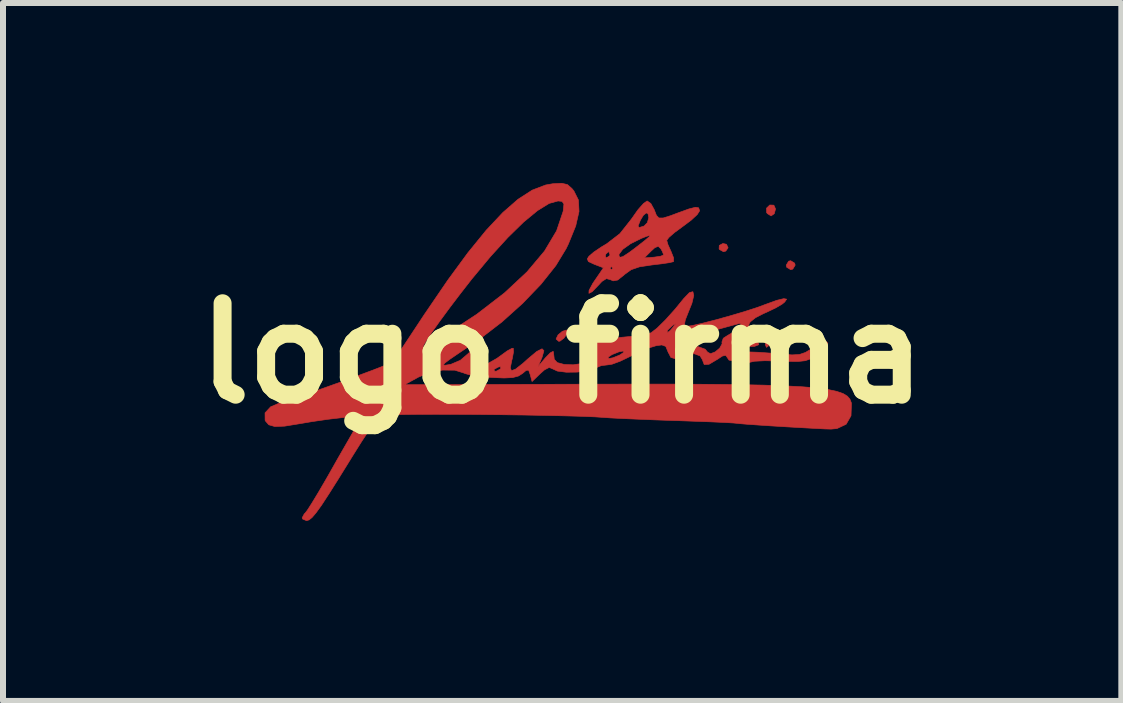
<source format=kicad_pcb>
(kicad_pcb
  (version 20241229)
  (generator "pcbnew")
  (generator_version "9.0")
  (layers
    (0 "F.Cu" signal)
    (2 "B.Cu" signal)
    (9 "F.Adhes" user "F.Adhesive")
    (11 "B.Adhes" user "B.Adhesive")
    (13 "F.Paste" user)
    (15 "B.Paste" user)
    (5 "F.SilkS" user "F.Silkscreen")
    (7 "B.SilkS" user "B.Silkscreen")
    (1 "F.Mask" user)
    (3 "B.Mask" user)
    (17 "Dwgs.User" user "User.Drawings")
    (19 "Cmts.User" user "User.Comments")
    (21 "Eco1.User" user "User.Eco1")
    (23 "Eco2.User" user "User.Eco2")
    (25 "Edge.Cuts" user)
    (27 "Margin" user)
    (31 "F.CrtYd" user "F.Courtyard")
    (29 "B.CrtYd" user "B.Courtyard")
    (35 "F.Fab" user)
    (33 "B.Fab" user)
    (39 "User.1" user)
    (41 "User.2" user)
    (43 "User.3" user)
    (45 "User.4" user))
  (footprint "logo firma"
    (layer "F.Cu")
    (at 6.321 2.84)
    (property "Reference" "logo firma" (at 0 0 0) (layer "F.SilkS") (effects (font (size 1.524 1.524) (thickness 0.3))))
    (attr through_hole)
    (fp_poly (pts (xy 2.739 -1.818) (xy 2.766 -1.76) (xy 2.728 -1.705) (xy 2.689 -1.694) (xy 2.624 -1.73) (xy 2.616 -1.74) (xy 2.619 -1.799) (xy 2.679 -1.831) (xy 2.739 -1.818)) (stroke (width 0.01) (type solid)) (fill yes) (layer "F.Cu"))
    (fp_poly (pts (xy 3.529 -2.47) (xy 3.557 -2.407) (xy 3.536 -2.328) (xy 3.483 -2.291) (xy 3.422 -2.328) (xy 3.408 -2.346) (xy 3.406 -2.42) (xy 3.461 -2.473) (xy 3.529 -2.47)) (stroke (width 0.01) (type solid)) (fill yes) (layer "F.Cu"))
    (fp_poly (pts (xy 3.875 -1.504) (xy 3.884 -1.47) (xy 3.844 -1.404) (xy 3.809 -1.395) (xy 3.743 -1.435) (xy 3.735 -1.47) (xy 3.775 -1.536) (xy 3.809 -1.544) (xy 3.875 -1.504)) (stroke (width 0.01) (type solid)) (fill yes) (layer "F.Cu"))
    (fp_poly (pts (xy 3.52 -0.236) (xy 3.492 -0.182) (xy 3.486 -0.175) (xy 3.426 -0.113) (xy 3.405 -0.1) (xy 3.388 -0.141) (xy 3.386 -0.175) (xy 3.426 -0.239) (xy 3.467 -0.249) (xy 3.52 -0.236)) (stroke (width 0.01) (type solid)) (fill yes) (layer "F.Cu"))
    (fp_poly (pts (xy 0.082 -0.382) (xy 0.08 -0.327) (xy 0.03 -0.253) (xy -0.036 -0.204) (xy -0.057 -0.2) (xy -0.1 -0.237) (xy -0.1 -0.243) (xy -0.068 -0.308) (xy 0.003 -0.367) (xy 0.069 -0.389) (xy 0.082 -0.382)) (stroke (width 0.01) (type solid)) (fill yes) (layer "F.Cu"))
    (fp_poly (pts (xy 1.478 -2.498) (xy 1.534 -2.396) (xy 1.536 -2.391) (xy 1.571 -2.301) (xy 1.612 -2.257) (xy 1.683 -2.256) (xy 1.808 -2.295) (xy 1.93 -2.341) (xy 2.112 -2.407) (xy 2.222 -2.435) (xy 2.275 -2.426) (xy 2.29 -2.381) (xy 2.29 -2.374) (xy 2.252 -2.314) (xy 2.152 -2.221) (xy 2.016 -2.119) (xy 1.877 -2.017) (xy 1.779 -1.932) (xy 1.743 -1.884) (xy 1.764 -1.811) (xy 1.815 -1.699) (xy 1.817 -1.694) (xy 1.858 -1.59) (xy 1.857 -1.53) (xy 1.854 -1.528) (xy 1.789 -1.512) (xy 1.654 -1.492) (xy 1.493 -1.473) (xy 1.289 -1.442) (xy 1.149 -1.394) (xy 1.04 -1.315) (xy 1.031 -1.306) (xy 0.926 -1.222) (xy 0.849 -1.208) (xy 0.809 -1.226) (xy 0.738 -1.246) (xy 0.662 -1.198) (xy 0.607 -1.138) (xy 0.501 -1.028) (xy 0.446 -1) (xy 0.448 -1.049) (xy 0.511 -1.167) (xy 0.541 -1.211) (xy 0.684 -1.42) (xy 0.796 -1.42) (xy 0.821 -1.395) (xy 0.846 -1.42) (xy 0.821 -1.445) (xy 0.796 -1.42) (xy 0.684 -1.42) (xy 0.688 -1.426) (xy 0.536 -1.484) (xy 0.437 -1.53) (xy 0.419 -1.575) (xy 0.429 -1.591) (xy 1.369 -1.591) (xy 1.531 -1.603) (xy 1.641 -1.619) (xy 1.692 -1.64) (xy 1.692 -1.642) (xy 1.668 -1.702) (xy 1.644 -1.744) (xy 1.601 -1.785) (xy 1.543 -1.76) (xy 1.483 -1.705) (xy 1.369 -1.591) (xy 0.429 -1.591) (xy 0.447 -1.619) (xy 0.477 -1.644) (xy 0.722 -1.644) (xy 0.725 -1.598) (xy 0.743 -1.594) (xy 0.794 -1.63) (xy 0.795 -1.636) (xy 0.946 -1.636) (xy 0.96 -1.6) (xy 1.013 -1.613) (xy 1.118 -1.682) (xy 1.212 -1.752) (xy 1.369 -1.874) (xy 1.451 -1.943) (xy 1.463 -1.966) (xy 1.408 -1.951) (xy 1.319 -1.916) (xy 1.14 -1.827) (xy 1.009 -1.733) (xy 0.948 -1.651) (xy 0.946 -1.636) (xy 0.795 -1.636) (xy 0.796 -1.644) (xy 0.779 -1.692) (xy 0.774 -1.694) (xy 0.732 -1.659) (xy 0.722 -1.644) (xy 0.477 -1.644) (xy 0.526 -1.687) (xy 0.658 -1.776) (xy 0.742 -1.826) (xy 0.962 -1.995) (xy 1.062 -2.121) (xy 1.265 -2.121) (xy 1.284 -2.097) (xy 1.365 -2.122) (xy 1.419 -2.177) (xy 1.444 -2.26) (xy 1.431 -2.327) (xy 1.402 -2.341) (xy 1.353 -2.301) (xy 1.303 -2.217) (xy 1.265 -2.121) (xy 1.062 -2.121) (xy 1.161 -2.247) (xy 1.161 -2.248) (xy 1.264 -2.394) (xy 1.356 -2.498) (xy 1.416 -2.54) (xy 1.417 -2.54) (xy 1.478 -2.498)) (stroke (width 0.01) (type solid)) (fill yes) (layer "F.Cu"))
    (fp_poly (pts (xy 0.088 -2.813) (xy 0.164 -2.746) (xy 0.195 -2.708) (xy 0.271 -2.556) (xy 0.281 -2.365) (xy 0.226 -2.124) (xy 0.104 -1.824) (xy 0.067 -1.747) (xy -0.106 -1.462) (xy -0.353 -1.152) (xy -0.658 -0.834) (xy -1.003 -0.524) (xy -1.372 -0.24) (xy -1.495 -0.156) (xy -1.72 -0.005) (xy -1.871 0.098) (xy -1.955 0.161) (xy -1.98 0.192) (xy -1.956 0.199) (xy -1.89 0.189) (xy -1.853 0.182) (xy -1.698 0.116) (xy -1.562 0.000286) (xy -1.562 -0.000438) (xy -1.47 -0.000438) (xy -1.466 0.045) (xy -1.448 0.049) (xy -1.397 0.013) (xy -1.395 -0.000438) (xy -1.412 -0.049) (xy -1.417 -0.05) (xy -1.46 -0.015) (xy -1.47 -0.000438) (xy -1.562 -0.000438) (xy -1.456 -0.096) (xy -1.351 -0.145) (xy -1.273 -0.14) (xy -1.246 -0.085) (xy -1.288 0.028) (xy -1.397 0.145) (xy -1.47 0.196) (xy -1.523 0.233) (xy -1.498 0.241) (xy -1.396 0.226) (xy -1.25 0.176) (xy -1.088 0.084) (xy -1.031 0.043) (xy -0.917 -0.04) (xy -0.836 -0.084) (xy -0.815 -0.085) (xy -0.811 -0.025) (xy -0.832 0.09) (xy -0.84 0.119) (xy -0.864 0.24) (xy -0.846 0.289) (xy -0.778 0.264) (xy -0.654 0.167) (xy -0.571 0.092) (xy -0.424 -0.031) (xy -0.335 -0.076) (xy -0.304 -0.044) (xy -0.335 0.065) (xy -0.344 0.087) (xy -0.404 0.224) (xy -0.279 0.074) (xy -0.199 -0.008) (xy -0.151 -0.033) (xy -0.146 -0.025) (xy -0.135 0.068) (xy -0.132 0.099) (xy -0.082 0.154) (xy 0.033 0.185) (xy 0.184 0.191) (xy 0.338 0.168) (xy 0.404 0.146) (xy 0.505 0.089) (xy 0.505 0.089) (xy 0.766 0.089) (xy 0.846 0.074) (xy 0.96 0.028) (xy 1.02 -0.012) (xy 1.026 -0.04) (xy 0.946 -0.025) (xy 0.831 0.021) (xy 0.771 0.061) (xy 0.766 0.089) (xy 0.505 0.089) (xy 0.549 0.034) (xy 0.522 0.002) (xy 0.497 -0.000438) (xy 0.452 -0.04) (xy 0.448 -0.067) (xy 0.495 -0.145) (xy 0.629 -0.208) (xy 0.838 -0.253) (xy 1.05 -0.273) (xy 1.237 -0.29) (xy 1.394 -0.316) (xy 1.481 -0.342) (xy 1.533 -0.382) (xy 1.752 -0.382) (xy 1.753 -0.35) (xy 1.761 -0.349) (xy 1.803 -0.383) (xy 1.848 -0.436) (xy 1.892 -0.495) (xy 1.866 -0.483) (xy 1.83 -0.455) (xy 1.752 -0.382) (xy 1.533 -0.382) (xy 1.581 -0.419) (xy 1.721 -0.557) (xy 1.882 -0.736) (xy 2.027 -0.914) (xy 2.122 -1.013) (xy 2.179 -1.028) (xy 2.194 -0.966) (xy 2.163 -0.835) (xy 2.117 -0.721) (xy 2.053 -0.559) (xy 2.037 -0.473) (xy 2.063 -0.449) (xy 2.166 -0.463) (xy 2.339 -0.502) (xy 2.559 -0.558) (xy 2.799 -0.625) (xy 3.036 -0.695) (xy 3.246 -0.763) (xy 3.39 -0.816) (xy 3.575 -0.883) (xy 3.694 -0.912) (xy 3.742 -0.903) (xy 3.709 -0.855) (xy 3.666 -0.82) (xy 3.562 -0.759) (xy 3.414 -0.688) (xy 3.357 -0.663) (xy 3.224 -0.595) (xy 3.136 -0.525) (xy 3.12 -0.499) (xy 3.081 -0.384) (xy 3.065 -0.343) (xy 3.067 -0.274) (xy 3.155 -0.231) (xy 3.159 -0.23) (xy 3.264 -0.187) (xy 3.278 -0.144) (xy 3.207 -0.116) (xy 3.105 -0.114) (xy 2.982 -0.109) (xy 2.911 -0.082) (xy 2.906 -0.075) (xy 2.939 -0.044) (xy 3.044 -0.026) (xy 3.1 -0.024) (xy 3.266 -0.018) (xy 3.478 -0.003) (xy 3.644 0.011) (xy 3.831 0.026) (xy 3.956 0.019) (xy 4.056 -0.015) (xy 4.157 -0.077) (xy 4.278 -0.153) (xy 4.37 -0.196) (xy 4.388 -0.2) (xy 4.428 -0.174) (xy 4.398 -0.108) (xy 4.308 -0.019) (xy 4.233 0.037) (xy 4.143 0.091) (xy 4.051 0.123) (xy 3.93 0.136) (xy 3.753 0.134) (xy 3.615 0.128) (xy 3.379 0.123) (xy 3.204 0.132) (xy 3.107 0.154) (xy 3.1 0.159) (xy 3.017 0.181) (xy 2.965 0.151) (xy 2.88 0.115) (xy 2.84 0.123) (xy 2.781 0.113) (xy 2.758 0.078) (xy 2.727 0.033) (xy 2.671 0.045) (xy 2.589 0.099) (xy 2.449 0.182) (xy 2.368 0.187) (xy 2.34 0.115) (xy 2.34 0.11) (xy 2.299 0.043) (xy 2.207 0.008) (xy 2.111 0.015) (xy 2.066 0.05) (xy 1.997 0.088) (xy 1.915 0.099) (xy 1.812 0.068) (xy 1.767 -0.02) (xy 1.895 -0.02) (xy 1.92 -0.011) (xy 2 -0.06) (xy 2.131 -0.109) (xy 2.271 -0.11) (xy 2.384 -0.069) (xy 2.424 -0.02) (xy 2.473 0.006) (xy 2.551 -0.024) (xy 2.626 -0.087) (xy 2.666 -0.159) (xy 2.663 -0.189) (xy 2.686 -0.252) (xy 2.754 -0.296) (xy 2.877 -0.368) (xy 2.94 -0.427) (xy 2.985 -0.491) (xy 2.955 -0.498) (xy 2.913 -0.487) (xy 2.821 -0.462) (xy 2.661 -0.418) (xy 2.464 -0.365) (xy 2.39 -0.345) (xy 2.201 -0.294) (xy 2.054 -0.254) (xy 1.971 -0.231) (xy 1.96 -0.228) (xy 1.943 -0.184) (xy 1.916 -0.102) (xy 1.895 -0.02) (xy 1.767 -0.02) (xy 1.762 -0.03) (xy 1.727 -0.116) (xy 1.662 -0.14) (xy 1.569 -0.128) (xy 1.438 -0.088) (xy 1.264 -0.015) (xy 1.128 0.054) (xy 0.968 0.131) (xy 0.832 0.181) (xy 0.76 0.192) (xy 0.652 0.205) (xy 0.547 0.248) (xy 0.42 0.291) (xy 0.249 0.313) (xy 0.071 0.315) (xy -0.079 0.296) (xy -0.159 0.259) (xy -0.216 0.235) (xy -0.294 0.275) (xy -0.361 0.334) (xy -0.502 0.47) (xy -0.532 0.357) (xy -0.559 0.28) (xy -0.6 0.284) (xy -0.658 0.333) (xy -0.728 0.378) (xy -0.825 0.404) (xy -0.969 0.411) (xy -1.18 0.402) (xy -1.37 0.387) (xy -1.515 0.366) (xy -1.622 0.336) (xy -1.636 0.329) (xy -1.789 0.281) (xy -1.993 0.279) (xy -2.212 0.321) (xy -2.395 0.396) (xy -2.627 0.523) (xy 0.392 0.514) (xy 1.159 0.513) (xy 1.833 0.513) (xy 2.42 0.516) (xy 2.925 0.521) (xy 3.354 0.53) (xy 3.714 0.542) (xy 4.011 0.558) (xy 4.25 0.578) (xy 4.438 0.604) (xy 4.58 0.635) (xy 4.684 0.671) (xy 4.754 0.714) (xy 4.797 0.764) (xy 4.819 0.821) (xy 4.822 0.839) (xy 4.815 1.041) (xy 4.734 1.182) (xy 4.581 1.254) (xy 4.482 1.263) (xy 4.378 1.26) (xy 4.205 1.251) (xy 3.985 1.239) (xy 3.74 1.225) (xy 3.493 1.21) (xy 3.266 1.195) (xy 3.081 1.182) (xy 2.96 1.172) (xy 2.927 1.168) (xy 2.853 1.161) (xy 2.695 1.152) (xy 2.473 1.142) (xy 2.201 1.132) (xy 1.898 1.121) (xy 1.882 1.121) (xy 1.565 1.11) (xy 1.268 1.098) (xy 1.011 1.087) (xy 0.813 1.077) (xy 0.697 1.069) (xy 0.549 1.059) (xy 0.327 1.05) (xy 0.045 1.042) (xy -0.284 1.035) (xy -0.644 1.028) (xy -1.021 1.023) (xy -1.4 1.019) (xy -1.768 1.017) (xy -2.11 1.016) (xy -2.411 1.017) (xy -2.658 1.02) (xy -2.835 1.025) (xy -2.928 1.032) (xy -2.932 1.033) (xy -3 1.056) (xy -3.065 1.098) (xy -3.137 1.173) (xy -3.226 1.293) (xy -3.344 1.472) (xy -3.5 1.721) (xy -3.53 1.77) (xy -3.732 2.096) (xy -3.89 2.346) (xy -4.01 2.53) (xy -4.101 2.656) (xy -4.168 2.735) (xy -4.218 2.776) (xy -4.259 2.789) (xy -4.262 2.789) (xy -4.326 2.762) (xy -4.334 2.742) (xy -4.298 2.674) (xy -4.287 2.666) (xy -4.247 2.614) (xy -4.169 2.492) (xy -4.062 2.315) (xy -3.936 2.099) (xy -3.881 2.003) (xy -3.745 1.762) (xy -3.617 1.539) (xy -3.511 1.355) (xy -3.439 1.229) (xy -3.425 1.205) (xy -3.327 1.042) (xy -3.668 1.072) (xy -3.901 1.099) (xy -4.169 1.138) (xy -4.388 1.175) (xy -4.628 1.214) (xy -4.79 1.22) (xy -4.891 1.191) (xy -4.947 1.126) (xy -4.952 1.113) (xy -4.953 0.992) (xy -4.859 0.891) (xy -4.673 0.812) (xy -4.637 0.802) (xy -4.525 0.769) (xy -4.35 0.711) (xy -4.131 0.635) (xy -3.884 0.547) (xy -3.627 0.455) (xy -3.379 0.363) (xy -3.156 0.28) (xy -3.13 0.27) (xy -1.139 0.27) (xy -1.127 0.296) (xy -1.099 0.298) (xy -1.032 0.262) (xy -1.022 0.249) (xy -1.03 0.221) (xy -1.069 0.23) (xy -1.139 0.27) (xy -3.13 0.27) (xy -2.977 0.21) (xy -2.859 0.162) (xy -2.821 0.141) (xy -2.79 0.096) (xy -2.714 -0.019) (xy -2.66 -0.1) (xy -2.32 -0.1) (xy -2.266 -0.124) (xy -2.15 -0.188) (xy -1.995 -0.279) (xy -1.955 -0.303) (xy -1.42 -0.654) (xy -0.962 -1.007) (xy -0.585 -1.359) (xy -0.294 -1.705) (xy -0.093 -2.042) (xy 0.015 -2.363) (xy 0.018 -2.379) (xy 0.029 -2.489) (xy -0.002 -2.533) (xy -0.069 -2.54) (xy -0.217 -2.499) (xy -0.41 -2.38) (xy -0.642 -2.189) (xy -0.905 -1.932) (xy -1.193 -1.616) (xy -1.499 -1.248) (xy -1.501 -1.246) (xy -1.692 -1.001) (xy -1.873 -0.763) (xy -2.035 -0.543) (xy -2.169 -0.355) (xy -2.266 -0.21) (xy -2.317 -0.122) (xy -2.32 -0.1) (xy -2.66 -0.1) (xy -2.6 -0.19) (xy -2.457 -0.406) (xy -2.294 -0.653) (xy -2.28 -0.673) (xy -1.908 -1.218) (xy -1.572 -1.676) (xy -1.267 -2.051) (xy -0.989 -2.347) (xy -0.735 -2.569) (xy -0.499 -2.721) (xy -0.277 -2.806) (xy -0.158 -2.827) (xy -0.006 -2.835) (xy 0.088 -2.813)) (stroke (width 0.01) (type solid)) (fill yes) (layer "F.Cu"))
    (fp_poly (pts (xy 2.74 -1.817) (xy 2.767 -1.76) (xy 2.729 -1.704) (xy 2.689 -1.693) (xy 2.624 -1.729) (xy 2.617 -1.74) (xy 2.62 -1.799) (xy 2.68 -1.83) (xy 2.74 -1.817)) (stroke (width 0.01) (type solid)) (fill yes) (layer "F.Mask"))
    (fp_poly (pts (xy 3.53 -2.469) (xy 3.558 -2.406) (xy 3.537 -2.328) (xy 3.484 -2.291) (xy 3.422 -2.327) (xy 3.409 -2.345) (xy 3.407 -2.419) (xy 3.462 -2.473) (xy 3.53 -2.469)) (stroke (width 0.01) (type solid)) (fill yes) (layer "F.Mask"))
    (fp_poly (pts (xy 3.876 -1.504) (xy 3.885 -1.469) (xy 3.845 -1.403) (xy 3.81 -1.395) (xy 3.744 -1.434) (xy 3.735 -1.469) (xy 3.775 -1.535) (xy 3.81 -1.544) (xy 3.876 -1.504)) (stroke (width 0.01) (type solid)) (fill yes) (layer "F.Mask"))
    (fp_poly (pts (xy 3.52 -0.236) (xy 3.492 -0.182) (xy 3.486 -0.174) (xy 3.427 -0.112) (xy 3.405 -0.1) (xy 3.389 -0.14) (xy 3.387 -0.174) (xy 3.427 -0.239) (xy 3.467 -0.249) (xy 3.52 -0.236)) (stroke (width 0.01) (type solid)) (fill yes) (layer "F.Mask"))
    (fp_poly (pts (xy 0.083 -0.382) (xy 0.081 -0.326) (xy 0.031 -0.253) (xy -0.036 -0.203) (xy -0.056 -0.199) (xy -0.099 -0.236) (xy -0.1 -0.243) (xy -0.067 -0.308) (xy 0.003 -0.367) (xy 0.069 -0.388) (xy 0.083 -0.382)) (stroke (width 0.01) (type solid)) (fill yes) (layer "F.Mask"))
    (fp_poly (pts (xy 1.479 -2.498) (xy 1.535 -2.396) (xy 1.536 -2.391) (xy 1.571 -2.3) (xy 1.612 -2.256) (xy 1.683 -2.256) (xy 1.808 -2.295) (xy 1.93 -2.341) (xy 2.113 -2.407) (xy 2.222 -2.434) (xy 2.276 -2.425) (xy 2.291 -2.381) (xy 2.291 -2.374) (xy 2.253 -2.314) (xy 2.152 -2.221) (xy 2.017 -2.119) (xy 1.878 -2.017) (xy 1.78 -1.932) (xy 1.743 -1.884) (xy 1.764 -1.811) (xy 1.815 -1.698) (xy 1.818 -1.694) (xy 1.858 -1.59) (xy 1.858 -1.53) (xy 1.855 -1.528) (xy 1.79 -1.512) (xy 1.655 -1.491) (xy 1.494 -1.472) (xy 1.29 -1.442) (xy 1.15 -1.393) (xy 1.041 -1.314) (xy 1.032 -1.306) (xy 0.926 -1.221) (xy 0.849 -1.208) (xy 0.81 -1.226) (xy 0.739 -1.245) (xy 0.663 -1.197) (xy 0.608 -1.137) (xy 0.502 -1.027) (xy 0.447 -1) (xy 0.448 -1.048) (xy 0.512 -1.166) (xy 0.541 -1.211) (xy 0.685 -1.419) (xy 0.797 -1.419) (xy 0.822 -1.395) (xy 0.847 -1.419) (xy 0.822 -1.444) (xy 0.797 -1.419) (xy 0.685 -1.419) (xy 0.689 -1.426) (xy 0.536 -1.483) (xy 0.437 -1.53) (xy 0.42 -1.575) (xy 0.43 -1.59) (xy 1.37 -1.59) (xy 1.531 -1.603) (xy 1.641 -1.618) (xy 1.692 -1.64) (xy 1.693 -1.642) (xy 1.668 -1.702) (xy 1.644 -1.743) (xy 1.601 -1.785) (xy 1.543 -1.76) (xy 1.483 -1.704) (xy 1.37 -1.59) (xy 0.43 -1.59) (xy 0.448 -1.618) (xy 0.477 -1.644) (xy 0.722 -1.644) (xy 0.726 -1.598) (xy 0.744 -1.594) (xy 0.795 -1.63) (xy 0.796 -1.636) (xy 0.946 -1.636) (xy 0.961 -1.599) (xy 1.013 -1.612) (xy 1.119 -1.681) (xy 1.213 -1.752) (xy 1.37 -1.874) (xy 1.452 -1.943) (xy 1.463 -1.966) (xy 1.409 -1.951) (xy 1.32 -1.915) (xy 1.141 -1.826) (xy 1.01 -1.733) (xy 0.948 -1.65) (xy 0.946 -1.636) (xy 0.796 -1.636) (xy 0.797 -1.644) (xy 0.78 -1.692) (xy 0.775 -1.693) (xy 0.732 -1.658) (xy 0.722 -1.644) (xy 0.477 -1.644) (xy 0.527 -1.686) (xy 0.658 -1.775) (xy 0.743 -1.825) (xy 0.963 -1.994) (xy 1.063 -2.121) (xy 1.266 -2.121) (xy 1.285 -2.096) (xy 1.366 -2.122) (xy 1.42 -2.177) (xy 1.445 -2.259) (xy 1.432 -2.326) (xy 1.403 -2.341) (xy 1.353 -2.301) (xy 1.304 -2.216) (xy 1.266 -2.121) (xy 1.063 -2.121) (xy 1.162 -2.247) (xy 1.162 -2.247) (xy 1.265 -2.393) (xy 1.356 -2.498) (xy 1.416 -2.54) (xy 1.418 -2.54) (xy 1.479 -2.498)) (stroke (width 0.01) (type solid)) (fill yes) (layer "F.Mask"))
    (fp_poly (pts (xy 0.089 -2.812) (xy 0.164 -2.746) (xy 0.196 -2.707) (xy 0.271 -2.556) (xy 0.282 -2.364) (xy 0.227 -2.124) (xy 0.105 -1.823) (xy 0.068 -1.746) (xy -0.106 -1.462) (xy -0.353 -1.152) (xy -0.657 -0.834) (xy -1.002 -0.524) (xy -1.372 -0.239) (xy -1.494 -0.155) (xy -1.719 -0.005) (xy -1.87 0.098) (xy -1.954 0.161) (xy -1.98 0.192) (xy -1.956 0.199) (xy -1.89 0.189) (xy -1.853 0.182) (xy -1.697 0.116) (xy -1.562 0.001) (xy -1.561 0) (xy -1.469 0) (xy -1.465 0.046) (xy -1.447 0.05) (xy -1.397 0.014) (xy -1.395 0) (xy -1.412 -0.049) (xy -1.416 -0.05) (xy -1.459 -0.015) (xy -1.469 0) (xy -1.561 0) (xy -1.455 -0.095) (xy -1.35 -0.145) (xy -1.272 -0.14) (xy -1.245 -0.084) (xy -1.287 0.029) (xy -1.397 0.146) (xy -1.469 0.196) (xy -1.522 0.233) (xy -1.498 0.241) (xy -1.395 0.226) (xy -1.249 0.176) (xy -1.087 0.085) (xy -1.031 0.044) (xy -0.916 -0.04) (xy -0.836 -0.084) (xy -0.815 -0.084) (xy -0.81 -0.025) (xy -0.831 0.091) (xy -0.839 0.12) (xy -0.863 0.24) (xy -0.845 0.289) (xy -0.777 0.265) (xy -0.654 0.167) (xy -0.571 0.092) (xy -0.424 -0.03) (xy -0.334 -0.076) (xy -0.304 -0.044) (xy -0.334 0.066) (xy -0.343 0.087) (xy -0.403 0.224) (xy -0.278 0.075) (xy -0.199 -0.007) (xy -0.151 -0.032) (xy -0.145 -0.025) (xy -0.134 0.068) (xy -0.131 0.1) (xy -0.082 0.154) (xy 0.034 0.186) (xy 0.184 0.192) (xy 0.339 0.169) (xy 0.405 0.147) (xy 0.506 0.089) (xy 0.506 0.089) (xy 0.766 0.089) (xy 0.847 0.075) (xy 0.961 0.029) (xy 1.021 -0.011) (xy 1.027 -0.04) (xy 0.946 -0.025) (xy 0.832 0.021) (xy 0.772 0.061) (xy 0.766 0.089) (xy 0.506 0.089) (xy 0.549 0.035) (xy 0.523 0.002) (xy 0.498 0) (xy 0.453 -0.04) (xy 0.448 -0.067) (xy 0.496 -0.144) (xy 0.63 -0.208) (xy 0.838 -0.253) (xy 1.051 -0.273) (xy 1.238 -0.29) (xy 1.395 -0.315) (xy 1.482 -0.342) (xy 1.534 -0.382) (xy 1.753 -0.382) (xy 1.753 -0.349) (xy 1.762 -0.349) (xy 1.804 -0.383) (xy 1.849 -0.436) (xy 1.892 -0.495) (xy 1.866 -0.482) (xy 1.83 -0.455) (xy 1.753 -0.382) (xy 1.534 -0.382) (xy 1.582 -0.419) (xy 1.722 -0.556) (xy 1.883 -0.736) (xy 2.028 -0.913) (xy 2.123 -1.013) (xy 2.18 -1.028) (xy 2.195 -0.966) (xy 2.163 -0.835) (xy 2.118 -0.72) (xy 2.053 -0.559) (xy 2.037 -0.472) (xy 2.063 -0.448) (xy 2.167 -0.463) (xy 2.34 -0.501) (xy 2.559 -0.557) (xy 2.8 -0.624) (xy 3.037 -0.695) (xy 3.246 -0.763) (xy 3.391 -0.816) (xy 3.575 -0.883) (xy 3.695 -0.912) (xy 3.743 -0.902) (xy 3.71 -0.854) (xy 3.667 -0.82) (xy 3.563 -0.759) (xy 3.415 -0.687) (xy 3.358 -0.663) (xy 3.225 -0.594) (xy 3.137 -0.524) (xy 3.121 -0.499) (xy 3.082 -0.384) (xy 3.066 -0.342) (xy 3.068 -0.273) (xy 3.156 -0.23) (xy 3.16 -0.229) (xy 3.265 -0.186) (xy 3.279 -0.144) (xy 3.207 -0.116) (xy 3.106 -0.114) (xy 2.983 -0.108) (xy 2.911 -0.082) (xy 2.907 -0.075) (xy 2.939 -0.044) (xy 3.045 -0.025) (xy 3.1 -0.023) (xy 3.266 -0.017) (xy 3.478 -0.003) (xy 3.644 0.012) (xy 3.831 0.026) (xy 3.957 0.02) (xy 4.056 -0.015) (xy 4.157 -0.077) (xy 4.279 -0.152) (xy 4.37 -0.195) (xy 4.389 -0.199) (xy 4.429 -0.173) (xy 4.398 -0.107) (xy 4.309 -0.018) (xy 4.234 0.038) (xy 4.144 0.092) (xy 4.052 0.123) (xy 3.931 0.136) (xy 3.754 0.135) (xy 3.616 0.129) (xy 3.38 0.124) (xy 3.204 0.133) (xy 3.108 0.155) (xy 3.101 0.159) (xy 3.018 0.182) (xy 2.966 0.151) (xy 2.881 0.116) (xy 2.841 0.123) (xy 2.782 0.114) (xy 2.759 0.078) (xy 2.728 0.033) (xy 2.672 0.046) (xy 2.589 0.1) (xy 2.45 0.182) (xy 2.368 0.187) (xy 2.341 0.115) (xy 2.341 0.11) (xy 2.3 0.044) (xy 2.208 0.009) (xy 2.112 0.016) (xy 2.066 0.051) (xy 1.998 0.089) (xy 1.915 0.1) (xy 1.812 0.068) (xy 1.768 -0.019) (xy 1.896 -0.019) (xy 1.921 -0.011) (xy 2.001 -0.06) (xy 2.131 -0.108) (xy 2.272 -0.11) (xy 2.385 -0.068) (xy 2.424 -0.02) (xy 2.473 0.006) (xy 2.551 -0.024) (xy 2.626 -0.086) (xy 2.666 -0.159) (xy 2.664 -0.188) (xy 2.687 -0.252) (xy 2.755 -0.295) (xy 2.877 -0.367) (xy 2.94 -0.427) (xy 2.986 -0.49) (xy 2.955 -0.498) (xy 2.914 -0.487) (xy 2.821 -0.461) (xy 2.662 -0.418) (xy 2.464 -0.365) (xy 2.391 -0.345) (xy 2.201 -0.294) (xy 2.054 -0.254) (xy 1.971 -0.231) (xy 1.961 -0.228) (xy 1.944 -0.184) (xy 1.917 -0.102) (xy 1.896 -0.019) (xy 1.768 -0.019) (xy 1.763 -0.029) (xy 1.728 -0.116) (xy 1.662 -0.14) (xy 1.569 -0.128) (xy 1.438 -0.088) (xy 1.265 -0.014) (xy 1.129 0.054) (xy 0.969 0.132) (xy 0.833 0.181) (xy 0.76 0.192) (xy 0.653 0.206) (xy 0.548 0.248) (xy 0.42 0.291) (xy 0.249 0.314) (xy 0.071 0.316) (xy -0.078 0.296) (xy -0.159 0.26) (xy -0.216 0.235) (xy -0.294 0.276) (xy -0.36 0.335) (xy -0.502 0.47) (xy -0.531 0.358) (xy -0.558 0.281) (xy -0.6 0.284) (xy -0.658 0.333) (xy -0.727 0.378) (xy -0.824 0.404) (xy -0.969 0.412) (xy -1.18 0.403) (xy -1.37 0.388) (xy -1.514 0.367) (xy -1.621 0.336) (xy -1.636 0.329) (xy -1.789 0.281) (xy -1.992 0.28) (xy -2.211 0.322) (xy -2.395 0.396) (xy -2.627 0.523) (xy 0.392 0.515) (xy 1.16 0.513) (xy 1.834 0.514) (xy 2.42 0.516) (xy 2.925 0.521) (xy 3.355 0.53) (xy 3.715 0.542) (xy 4.011 0.558) (xy 4.25 0.579) (xy 4.438 0.604) (xy 4.581 0.635) (xy 4.684 0.672) (xy 4.755 0.715) (xy 4.798 0.764) (xy 4.819 0.821) (xy 4.823 0.84) (xy 4.816 1.042) (xy 4.734 1.182) (xy 4.582 1.255) (xy 4.482 1.263) (xy 4.378 1.26) (xy 4.205 1.252) (xy 3.985 1.24) (xy 3.741 1.225) (xy 3.494 1.21) (xy 3.266 1.195) (xy 3.081 1.182) (xy 2.96 1.172) (xy 2.928 1.168) (xy 2.853 1.162) (xy 2.696 1.153) (xy 2.473 1.143) (xy 2.202 1.132) (xy 1.899 1.122) (xy 1.882 1.121) (xy 1.566 1.11) (xy 1.269 1.099) (xy 1.011 1.087) (xy 0.813 1.077) (xy 0.697 1.069) (xy 0.55 1.059) (xy 0.328 1.05) (xy 0.045 1.042) (xy -0.283 1.035) (xy -0.643 1.029) (xy -1.02 1.024) (xy -1.4 1.02) (xy -1.768 1.018) (xy -2.109 1.017) (xy -2.411 1.018) (xy -2.657 1.021) (xy -2.834 1.026) (xy -2.928 1.033) (xy -2.932 1.034) (xy -2.999 1.056) (xy -3.064 1.098) (xy -3.136 1.173) (xy -3.226 1.293) (xy -3.343 1.472) (xy -3.499 1.721) (xy -3.529 1.771) (xy -3.731 2.097) (xy -3.889 2.347) (xy -4.01 2.53) (xy -4.1 2.656) (xy -4.167 2.735) (xy -4.217 2.776) (xy -4.258 2.789) (xy -4.262 2.789) (xy -4.326 2.763) (xy -4.333 2.742) (xy -4.297 2.674) (xy -4.286 2.666) (xy -4.246 2.615) (xy -4.168 2.492) (xy -4.061 2.315) (xy -3.935 2.1) (xy -3.881 2.004) (xy -3.744 1.763) (xy -3.617 1.54) (xy -3.511 1.355) (xy -3.438 1.23) (xy -3.424 1.206) (xy -3.326 1.042) (xy -3.668 1.073) (xy -3.901 1.099) (xy -4.169 1.138) (xy -4.387 1.176) (xy -4.627 1.215) (xy -4.789 1.221) (xy -4.89 1.192) (xy -4.946 1.126) (xy -4.951 1.113) (xy -4.952 0.993) (xy -4.858 0.892) (xy -4.673 0.813) (xy -4.636 0.803) (xy -4.524 0.769) (xy -4.35 0.711) (xy -4.13 0.635) (xy -3.883 0.548) (xy -3.627 0.455) (xy -3.378 0.364) (xy -3.156 0.28) (xy -3.13 0.27) (xy -1.138 0.27) (xy -1.127 0.296) (xy -1.099 0.299) (xy -1.031 0.263) (xy -1.021 0.25) (xy -1.029 0.221) (xy -1.068 0.23) (xy -1.138 0.27) (xy -3.13 0.27) (xy -2.976 0.211) (xy -2.859 0.162) (xy -2.82 0.142) (xy -2.79 0.097) (xy -2.713 -0.018) (xy -2.659 -0.1) (xy -2.319 -0.1) (xy -2.265 -0.124) (xy -2.149 -0.188) (xy -1.994 -0.279) (xy -1.954 -0.303) (xy -1.419 -0.654) (xy -0.961 -1.007) (xy -0.585 -1.359) (xy -0.294 -1.705) (xy -0.092 -2.041) (xy 0.016 -2.363) (xy 0.019 -2.378) (xy 0.03 -2.489) (xy -0.001 -2.533) (xy -0.068 -2.54) (xy -0.216 -2.499) (xy -0.409 -2.379) (xy -0.641 -2.188) (xy -0.905 -1.932) (xy -1.193 -1.616) (xy -1.498 -1.247) (xy -1.5 -1.245) (xy -1.692 -1.001) (xy -1.873 -0.762) (xy -2.035 -0.543) (xy -2.169 -0.355) (xy -2.266 -0.21) (xy -2.317 -0.122) (xy -2.319 -0.1) (xy -2.659 -0.1) (xy -2.599 -0.19) (xy -2.456 -0.406) (xy -2.293 -0.652) (xy -2.28 -0.672) (xy -1.908 -1.217) (xy -1.572 -1.675) (xy -1.267 -2.05) (xy -0.989 -2.347) (xy -0.734 -2.568) (xy -0.498 -2.72) (xy -0.277 -2.806) (xy -0.157 -2.827) (xy -0.005 -2.835) (xy 0.089 -2.812)) (stroke (width 0.01) (type solid)) (fill yes) (layer "F.Mask")))
  (gr_rect
    (start -3 -3)
    (end 15.642 8.634)
    (stroke (width 0.1) (type default))
    (fill no)
    (layer "Edge.Cuts")))
</source>
